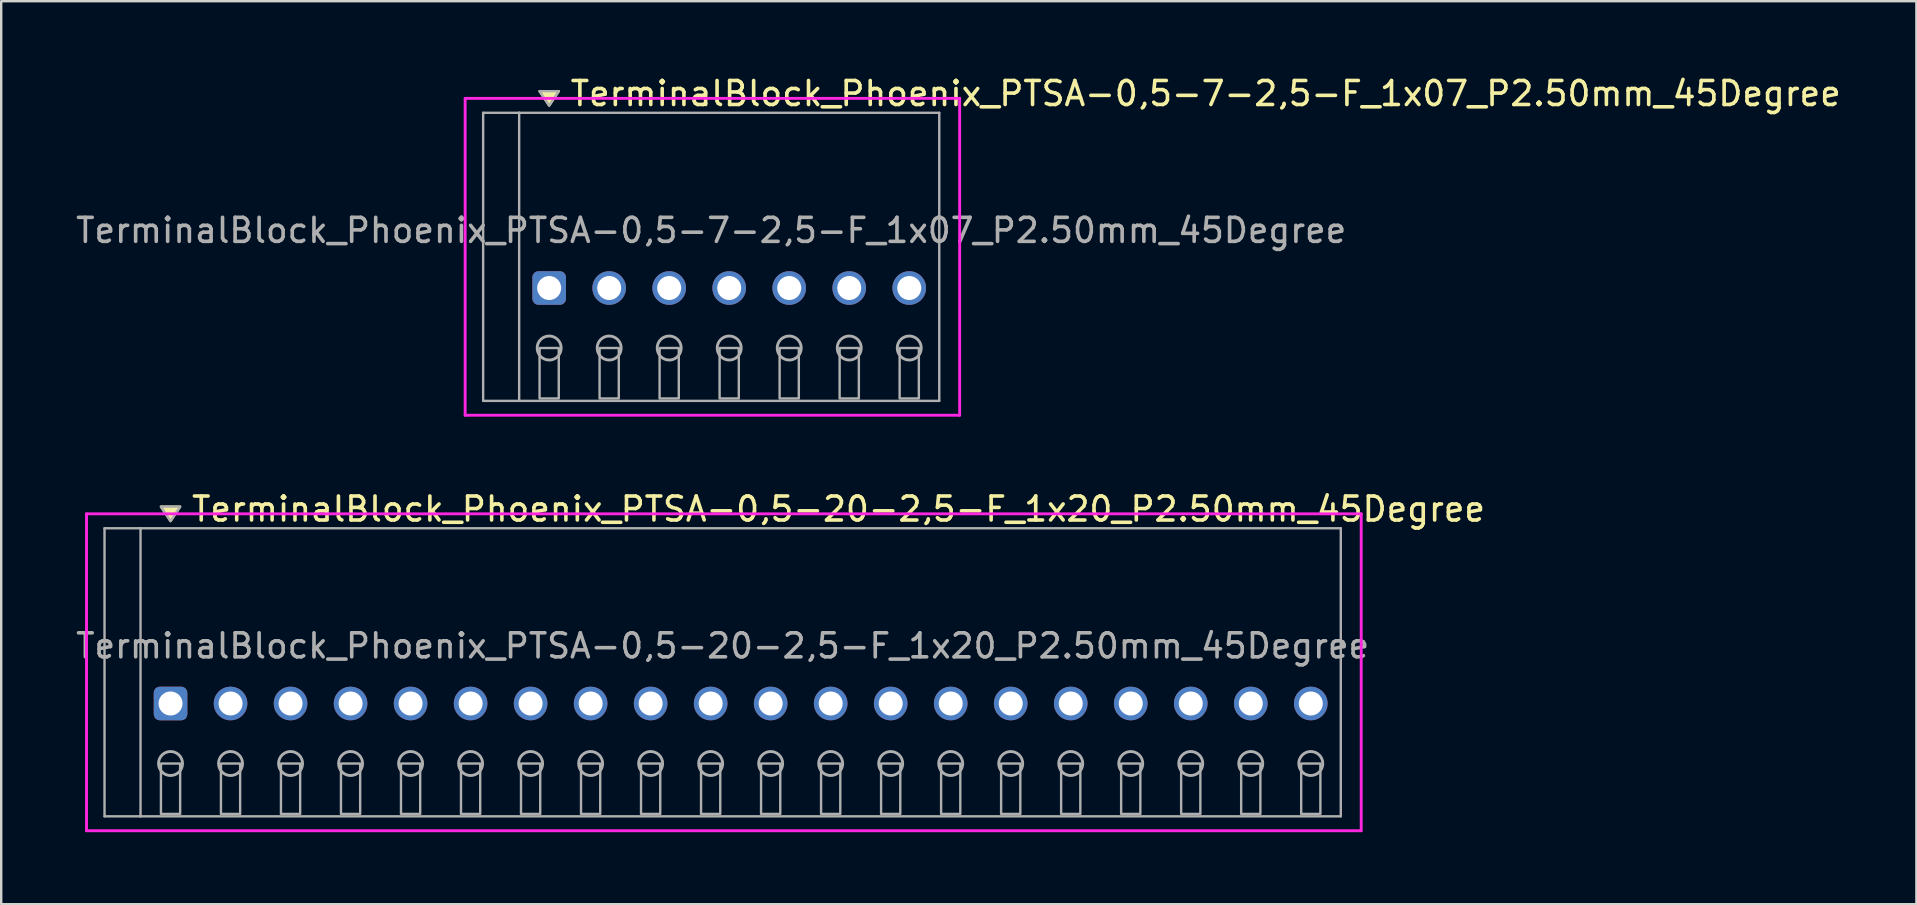
<source format=kicad_pcb>
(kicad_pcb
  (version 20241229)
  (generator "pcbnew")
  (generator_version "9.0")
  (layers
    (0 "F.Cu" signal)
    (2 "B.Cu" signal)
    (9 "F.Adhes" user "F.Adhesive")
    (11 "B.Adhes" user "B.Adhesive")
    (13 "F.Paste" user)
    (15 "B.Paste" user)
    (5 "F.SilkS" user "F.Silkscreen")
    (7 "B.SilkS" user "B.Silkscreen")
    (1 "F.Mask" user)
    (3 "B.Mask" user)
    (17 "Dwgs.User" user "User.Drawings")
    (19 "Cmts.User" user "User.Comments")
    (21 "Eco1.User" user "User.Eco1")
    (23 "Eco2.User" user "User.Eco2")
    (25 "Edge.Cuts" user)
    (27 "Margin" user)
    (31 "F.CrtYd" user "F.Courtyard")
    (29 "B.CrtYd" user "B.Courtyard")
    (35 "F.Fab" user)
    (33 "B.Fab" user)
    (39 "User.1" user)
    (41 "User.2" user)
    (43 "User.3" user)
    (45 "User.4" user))
  (footprint "TerminalBlock_Phoenix_PTSA-0,5-7-2,5-F_1x07_P2.50mm_45Degree"
    (layer "F.Cu")
    (at 19.827 8.948)
    (property "Reference" "TerminalBlock_Phoenix_PTSA-0,5-7-2,5-F_1x07_P2.50mm_45Degree" (at 0.8 -8.1 0) (layer "F.SilkS") (effects (font (size 1 1) (thickness 0.15)) (justify left)))
    (attr through_hole)
    (fp_poly (pts (xy 0 -7.6) (xy -0.4 -8.2) (xy 0.4 -8.2)) (stroke (width 0.1) (type solid)) (fill yes) (layer "F.SilkS"))
    (fp_line (start -3.5 -7.9) (end 17.1 -7.9) (stroke (width 0.12) (type solid)) (layer "F.CrtYd"))
    (fp_line (start -3.5 5.3) (end -3.5 -7.9) (stroke (width 0.12) (type solid)) (layer "F.CrtYd"))
    (fp_line (start 17.1 -7.9) (end 17.1 5.3) (stroke (width 0.12) (type solid)) (layer "F.CrtYd"))
    (fp_line (start 17.1 5.3) (end -3.5 5.3) (stroke (width 0.12) (type solid)) (layer "F.CrtYd"))
    (fp_line (start -2.75 -7.3) (end -1.25 -7.3) (stroke (width 0.1) (type solid)) (layer "F.Fab"))
    (fp_line (start -2.75 4.7) (end -2.75 -7.3) (stroke (width 0.1) (type solid)) (layer "F.Fab"))
    (fp_line (start -1.25 -7.3) (end -1.25 4.7) (stroke (width 0.1) (type solid)) (layer "F.Fab"))
    (fp_line (start -1.25 4.7) (end -2.75 4.7) (stroke (width 0.1) (type solid)) (layer "F.Fab"))
    (fp_line (start -1.25 4.7) (end 16.25 4.7) (stroke (width 0.1) (type solid)) (layer "F.Fab"))
    (fp_line (start 16.25 -7.3) (end -1.25 -7.3) (stroke (width 0.1) (type solid)) (layer "F.Fab"))
    (fp_line (start 16.25 4.7) (end 16.25 -7.3) (stroke (width 0.1) (type solid)) (layer "F.Fab"))
    (fp_circle (center 0 2.5) (end -0.5 2.5) (stroke (width 0.12) (type solid)) (fill no) (layer "F.Fab"))
    (fp_circle (center 2.5 2.5) (end 2 2.5) (stroke (width 0.12) (type solid)) (fill no) (layer "F.Fab"))
    (fp_circle (center 5 2.5) (end 4.5 2.5) (stroke (width 0.12) (type solid)) (fill no) (layer "F.Fab"))
    (fp_circle (center 7.5 2.5) (end 7 2.5) (stroke (width 0.12) (type solid)) (fill no) (layer "F.Fab"))
    (fp_circle (center 10 2.5) (end 9.5 2.5) (stroke (width 0.12) (type solid)) (fill no) (layer "F.Fab"))
    (fp_circle (center 12.5 2.5) (end 12 2.5) (stroke (width 0.12) (type solid)) (fill no) (layer "F.Fab"))
    (fp_circle (center 15 2.5) (end 14.5 2.5) (stroke (width 0.12) (type solid)) (fill no) (layer "F.Fab"))
    (fp_poly (pts (xy 0 -7.6) (xy -0.4 -8.2) (xy 0.4 -8.2)) (stroke (width 0.1) (type solid)) (fill no) (layer "F.Fab"))
    (fp_poly (pts (xy -0.4 2.5) (xy -0.4 4.6) (xy 0.4 4.6) (xy 0.4 2.5)) (stroke (width 0.1) (type solid)) (fill no) (layer "F.Fab"))
    (fp_poly (pts (xy 2.1 2.5) (xy 2.1 4.6) (xy 2.9 4.6) (xy 2.9 2.5)) (stroke (width 0.1) (type solid)) (fill no) (layer "F.Fab"))
    (fp_poly (pts (xy 4.6 2.5) (xy 4.6 4.6) (xy 5.4 4.6) (xy 5.4 2.5)) (stroke (width 0.1) (type solid)) (fill no) (layer "F.Fab"))
    (fp_poly (pts (xy 7.1 2.5) (xy 7.1 4.6) (xy 7.9 4.6) (xy 7.9 2.5)) (stroke (width 0.1) (type solid)) (fill no) (layer "F.Fab"))
    (fp_poly (pts (xy 9.6 2.5) (xy 9.6 4.6) (xy 10.4 4.6) (xy 10.4 2.5)) (stroke (width 0.1) (type solid)) (fill no) (layer "F.Fab"))
    (fp_poly (pts (xy 12.1 2.5) (xy 12.1 4.6) (xy 12.9 4.6) (xy 12.9 2.5)) (stroke (width 0.1) (type solid)) (fill no) (layer "F.Fab"))
    (fp_poly (pts (xy 14.6 2.5) (xy 14.6 4.6) (xy 15.4 4.6) (xy 15.4 2.5)) (stroke (width 0.1) (type solid)) (fill no) (layer "F.Fab"))
    (fp_text user "${REFERENCE}" (at 6.75 -2.4 0) (layer "F.Fab") (effects (font (size 1 1) (thickness 0.15))))
    (pad "1" thru_hole roundrect (at 0 0) (size 1.4 1.4) (drill 1) (layers "*.Cu" "*.Mask") (roundrect_rratio 0.179))
    (pad "2" thru_hole oval (at 2.5 0) (size 1.4 1.4) (drill 1) (layers "*.Cu" "*.Mask"))
    (pad "3" thru_hole oval (at 5 0) (size 1.4 1.4) (drill 1) (layers "*.Cu" "*.Mask"))
    (pad "4" thru_hole oval (at 7.5 0) (size 1.4 1.4) (drill 1) (layers "*.Cu" "*.Mask"))
    (pad "5" thru_hole oval (at 10 0) (size 1.4 1.4) (drill 1) (layers "*.Cu" "*.Mask"))
    (pad "6" thru_hole oval (at 12.5 0) (size 1.4 1.4) (drill 1) (layers "*.Cu" "*.Mask"))
    (pad "7" thru_hole oval (at 15 0) (size 1.4 1.4) (drill 1) (layers "*.Cu" "*.Mask")))
  (footprint "TerminalBlock_Phoenix_PTSA-0,5-20-2,5-F_1x20_P2.50mm_45Degree"
    (layer "F.Cu")
    (at 4.054 26.256)
    (property "Reference" "TerminalBlock_Phoenix_PTSA-0,5-20-2,5-F_1x20_P2.50mm_45Degree" (at 0.8 -8.1 0) (layer "F.SilkS") (effects (font (size 1 1) (thickness 0.15)) (justify left)))
    (attr through_hole)
    (fp_poly (pts (xy 0 -7.6) (xy -0.4 -8.2) (xy 0.4 -8.2)) (stroke (width 0.1) (type solid)) (fill yes) (layer "F.SilkS"))
    (fp_line (start -3.5 -7.9) (end 49.6 -7.9) (stroke (width 0.12) (type solid)) (layer "F.CrtYd"))
    (fp_line (start -3.5 5.3) (end -3.5 -7.9) (stroke (width 0.12) (type solid)) (layer "F.CrtYd"))
    (fp_line (start 49.6 -7.9) (end 49.6 5.3) (stroke (width 0.12) (type solid)) (layer "F.CrtYd"))
    (fp_line (start 49.6 5.3) (end -3.5 5.3) (stroke (width 0.12) (type solid)) (layer "F.CrtYd"))
    (fp_line (start -2.75 -7.3) (end -1.25 -7.3) (stroke (width 0.1) (type solid)) (layer "F.Fab"))
    (fp_line (start -2.75 4.7) (end -2.75 -7.3) (stroke (width 0.1) (type solid)) (layer "F.Fab"))
    (fp_line (start -1.25 -7.3) (end -1.25 4.7) (stroke (width 0.1) (type solid)) (layer "F.Fab"))
    (fp_line (start -1.25 4.7) (end -2.75 4.7) (stroke (width 0.1) (type solid)) (layer "F.Fab"))
    (fp_line (start -1.25 4.7) (end 48.75 4.7) (stroke (width 0.1) (type solid)) (layer "F.Fab"))
    (fp_line (start 48.75 -7.3) (end -1.25 -7.3) (stroke (width 0.1) (type solid)) (layer "F.Fab"))
    (fp_line (start 48.75 4.7) (end 48.75 -7.3) (stroke (width 0.1) (type solid)) (layer "F.Fab"))
    (fp_circle (center 0 2.5) (end -0.5 2.5) (stroke (width 0.12) (type solid)) (fill no) (layer "F.Fab"))
    (fp_circle (center 2.5 2.5) (end 2 2.5) (stroke (width 0.12) (type solid)) (fill no) (layer "F.Fab"))
    (fp_circle (center 5 2.5) (end 4.5 2.5) (stroke (width 0.12) (type solid)) (fill no) (layer "F.Fab"))
    (fp_circle (center 7.5 2.5) (end 7 2.5) (stroke (width 0.12) (type solid)) (fill no) (layer "F.Fab"))
    (fp_circle (center 10 2.5) (end 9.5 2.5) (stroke (width 0.12) (type solid)) (fill no) (layer "F.Fab"))
    (fp_circle (center 12.5 2.5) (end 12 2.5) (stroke (width 0.12) (type solid)) (fill no) (layer "F.Fab"))
    (fp_circle (center 15 2.5) (end 14.5 2.5) (stroke (width 0.12) (type solid)) (fill no) (layer "F.Fab"))
    (fp_circle (center 17.5 2.5) (end 17 2.5) (stroke (width 0.12) (type solid)) (fill no) (layer "F.Fab"))
    (fp_circle (center 20 2.5) (end 19.5 2.5) (stroke (width 0.12) (type solid)) (fill no) (layer "F.Fab"))
    (fp_circle (center 22.5 2.5) (end 22 2.5) (stroke (width 0.12) (type solid)) (fill no) (layer "F.Fab"))
    (fp_circle (center 25 2.5) (end 24.5 2.5) (stroke (width 0.12) (type solid)) (fill no) (layer "F.Fab"))
    (fp_circle (center 27.5 2.5) (end 27 2.5) (stroke (width 0.12) (type solid)) (fill no) (layer "F.Fab"))
    (fp_circle (center 30 2.5) (end 29.5 2.5) (stroke (width 0.12) (type solid)) (fill no) (layer "F.Fab"))
    (fp_circle (center 32.5 2.5) (end 32 2.5) (stroke (width 0.12) (type solid)) (fill no) (layer "F.Fab"))
    (fp_circle (center 35 2.5) (end 34.5 2.5) (stroke (width 0.12) (type solid)) (fill no) (layer "F.Fab"))
    (fp_circle (center 37.5 2.5) (end 37 2.5) (stroke (width 0.12) (type solid)) (fill no) (layer "F.Fab"))
    (fp_circle (center 40 2.5) (end 39.5 2.5) (stroke (width 0.12) (type solid)) (fill no) (layer "F.Fab"))
    (fp_circle (center 42.5 2.5) (end 42 2.5) (stroke (width 0.12) (type solid)) (fill no) (layer "F.Fab"))
    (fp_circle (center 45 2.5) (end 44.5 2.5) (stroke (width 0.12) (type solid)) (fill no) (layer "F.Fab"))
    (fp_circle (center 47.5 2.5) (end 47 2.5) (stroke (width 0.12) (type solid)) (fill no) (layer "F.Fab"))
    (fp_poly (pts (xy 0 -7.6) (xy -0.4 -8.2) (xy 0.4 -8.2)) (stroke (width 0.1) (type solid)) (fill no) (layer "F.Fab"))
    (fp_poly (pts (xy -0.4 2.5) (xy -0.4 4.6) (xy 0.4 4.6) (xy 0.4 2.5)) (stroke (width 0.1) (type solid)) (fill no) (layer "F.Fab"))
    (fp_poly (pts (xy 2.1 2.5) (xy 2.1 4.6) (xy 2.9 4.6) (xy 2.9 2.5)) (stroke (width 0.1) (type solid)) (fill no) (layer "F.Fab"))
    (fp_poly (pts (xy 4.6 2.5) (xy 4.6 4.6) (xy 5.4 4.6) (xy 5.4 2.5)) (stroke (width 0.1) (type solid)) (fill no) (layer "F.Fab"))
    (fp_poly (pts (xy 7.1 2.5) (xy 7.1 4.6) (xy 7.9 4.6) (xy 7.9 2.5)) (stroke (width 0.1) (type solid)) (fill no) (layer "F.Fab"))
    (fp_poly (pts (xy 9.6 2.5) (xy 9.6 4.6) (xy 10.4 4.6) (xy 10.4 2.5)) (stroke (width 0.1) (type solid)) (fill no) (layer "F.Fab"))
    (fp_poly (pts (xy 12.1 2.5) (xy 12.1 4.6) (xy 12.9 4.6) (xy 12.9 2.5)) (stroke (width 0.1) (type solid)) (fill no) (layer "F.Fab"))
    (fp_poly (pts (xy 14.6 2.5) (xy 14.6 4.6) (xy 15.4 4.6) (xy 15.4 2.5)) (stroke (width 0.1) (type solid)) (fill no) (layer "F.Fab"))
    (fp_poly (pts (xy 17.1 2.5) (xy 17.1 4.6) (xy 17.9 4.6) (xy 17.9 2.5)) (stroke (width 0.1) (type solid)) (fill no) (layer "F.Fab"))
    (fp_poly (pts (xy 19.6 2.5) (xy 19.6 4.6) (xy 20.4 4.6) (xy 20.4 2.5)) (stroke (width 0.1) (type solid)) (fill no) (layer "F.Fab"))
    (fp_poly (pts (xy 22.1 2.5) (xy 22.1 4.6) (xy 22.9 4.6) (xy 22.9 2.5)) (stroke (width 0.1) (type solid)) (fill no) (layer "F.Fab"))
    (fp_poly (pts (xy 24.6 2.5) (xy 24.6 4.6) (xy 25.4 4.6) (xy 25.4 2.5)) (stroke (width 0.1) (type solid)) (fill no) (layer "F.Fab"))
    (fp_poly (pts (xy 27.1 2.5) (xy 27.1 4.6) (xy 27.9 4.6) (xy 27.9 2.5)) (stroke (width 0.1) (type solid)) (fill no) (layer "F.Fab"))
    (fp_poly (pts (xy 29.6 2.5) (xy 29.6 4.6) (xy 30.4 4.6) (xy 30.4 2.5)) (stroke (width 0.1) (type solid)) (fill no) (layer "F.Fab"))
    (fp_poly (pts (xy 32.1 2.5) (xy 32.1 4.6) (xy 32.9 4.6) (xy 32.9 2.5)) (stroke (width 0.1) (type solid)) (fill no) (layer "F.Fab"))
    (fp_poly (pts (xy 34.6 2.5) (xy 34.6 4.6) (xy 35.4 4.6) (xy 35.4 2.5)) (stroke (width 0.1) (type solid)) (fill no) (layer "F.Fab"))
    (fp_poly (pts (xy 37.1 2.5) (xy 37.1 4.6) (xy 37.9 4.6) (xy 37.9 2.5)) (stroke (width 0.1) (type solid)) (fill no) (layer "F.Fab"))
    (fp_poly (pts (xy 39.6 2.5) (xy 39.6 4.6) (xy 40.4 4.6) (xy 40.4 2.5)) (stroke (width 0.1) (type solid)) (fill no) (layer "F.Fab"))
    (fp_poly (pts (xy 42.1 2.5) (xy 42.1 4.6) (xy 42.9 4.6) (xy 42.9 2.5)) (stroke (width 0.1) (type solid)) (fill no) (layer "F.Fab"))
    (fp_poly (pts (xy 44.6 2.5) (xy 44.6 4.6) (xy 45.4 4.6) (xy 45.4 2.5)) (stroke (width 0.1) (type solid)) (fill no) (layer "F.Fab"))
    (fp_poly (pts (xy 47.1 2.5) (xy 47.1 4.6) (xy 47.9 4.6) (xy 47.9 2.5)) (stroke (width 0.1) (type solid)) (fill no) (layer "F.Fab"))
    (fp_text user "${REFERENCE}" (at 23 -2.4 0) (layer "F.Fab") (effects (font (size 1 1) (thickness 0.15))))
    (pad "1" thru_hole roundrect (at 0 0) (size 1.4 1.4) (drill 1) (layers "*.Cu" "*.Mask") (roundrect_rratio 0.179))
    (pad "2" thru_hole oval (at 2.5 0) (size 1.4 1.4) (drill 1) (layers "*.Cu" "*.Mask"))
    (pad "3" thru_hole oval (at 5 0) (size 1.4 1.4) (drill 1) (layers "*.Cu" "*.Mask"))
    (pad "4" thru_hole oval (at 7.5 0) (size 1.4 1.4) (drill 1) (layers "*.Cu" "*.Mask"))
    (pad "5" thru_hole oval (at 10 0) (size 1.4 1.4) (drill 1) (layers "*.Cu" "*.Mask"))
    (pad "6" thru_hole oval (at 12.5 0) (size 1.4 1.4) (drill 1) (layers "*.Cu" "*.Mask"))
    (pad "7" thru_hole oval (at 15 0) (size 1.4 1.4) (drill 1) (layers "*.Cu" "*.Mask"))
    (pad "8" thru_hole oval (at 17.5 0) (size 1.4 1.4) (drill 1) (layers "*.Cu" "*.Mask"))
    (pad "9" thru_hole oval (at 20 0) (size 1.4 1.4) (drill 1) (layers "*.Cu" "*.Mask"))
    (pad "10" thru_hole oval (at 22.5 0) (size 1.4 1.4) (drill 1) (layers "*.Cu" "*.Mask"))
    (pad "11" thru_hole oval (at 25 0) (size 1.4 1.4) (drill 1) (layers "*.Cu" "*.Mask"))
    (pad "12" thru_hole oval (at 27.5 0) (size 1.4 1.4) (drill 1) (layers "*.Cu" "*.Mask"))
    (pad "13" thru_hole oval (at 30 0) (size 1.4 1.4) (drill 1) (layers "*.Cu" "*.Mask"))
    (pad "14" thru_hole oval (at 32.5 0) (size 1.4 1.4) (drill 1) (layers "*.Cu" "*.Mask"))
    (pad "15" thru_hole oval (at 35 0) (size 1.4 1.4) (drill 1) (layers "*.Cu" "*.Mask"))
    (pad "16" thru_hole oval (at 37.5 0) (size 1.4 1.4) (drill 1) (layers "*.Cu" "*.Mask"))
    (pad "17" thru_hole oval (at 40 0) (size 1.4 1.4) (drill 1) (layers "*.Cu" "*.Mask"))
    (pad "18" thru_hole oval (at 42.5 0) (size 1.4 1.4) (drill 1) (layers "*.Cu" "*.Mask"))
    (pad "19" thru_hole oval (at 45 0) (size 1.4 1.4) (drill 1) (layers "*.Cu" "*.Mask"))
    (pad "20" thru_hole oval (at 47.5 0) (size 1.4 1.4) (drill 1) (layers "*.Cu" "*.Mask")))
  (gr_rect
    (start -3 -3)
    (end 76.782 34.617)
    (stroke (width 0.1) (type default))
    (fill no)
    (layer "Edge.Cuts")))
</source>
